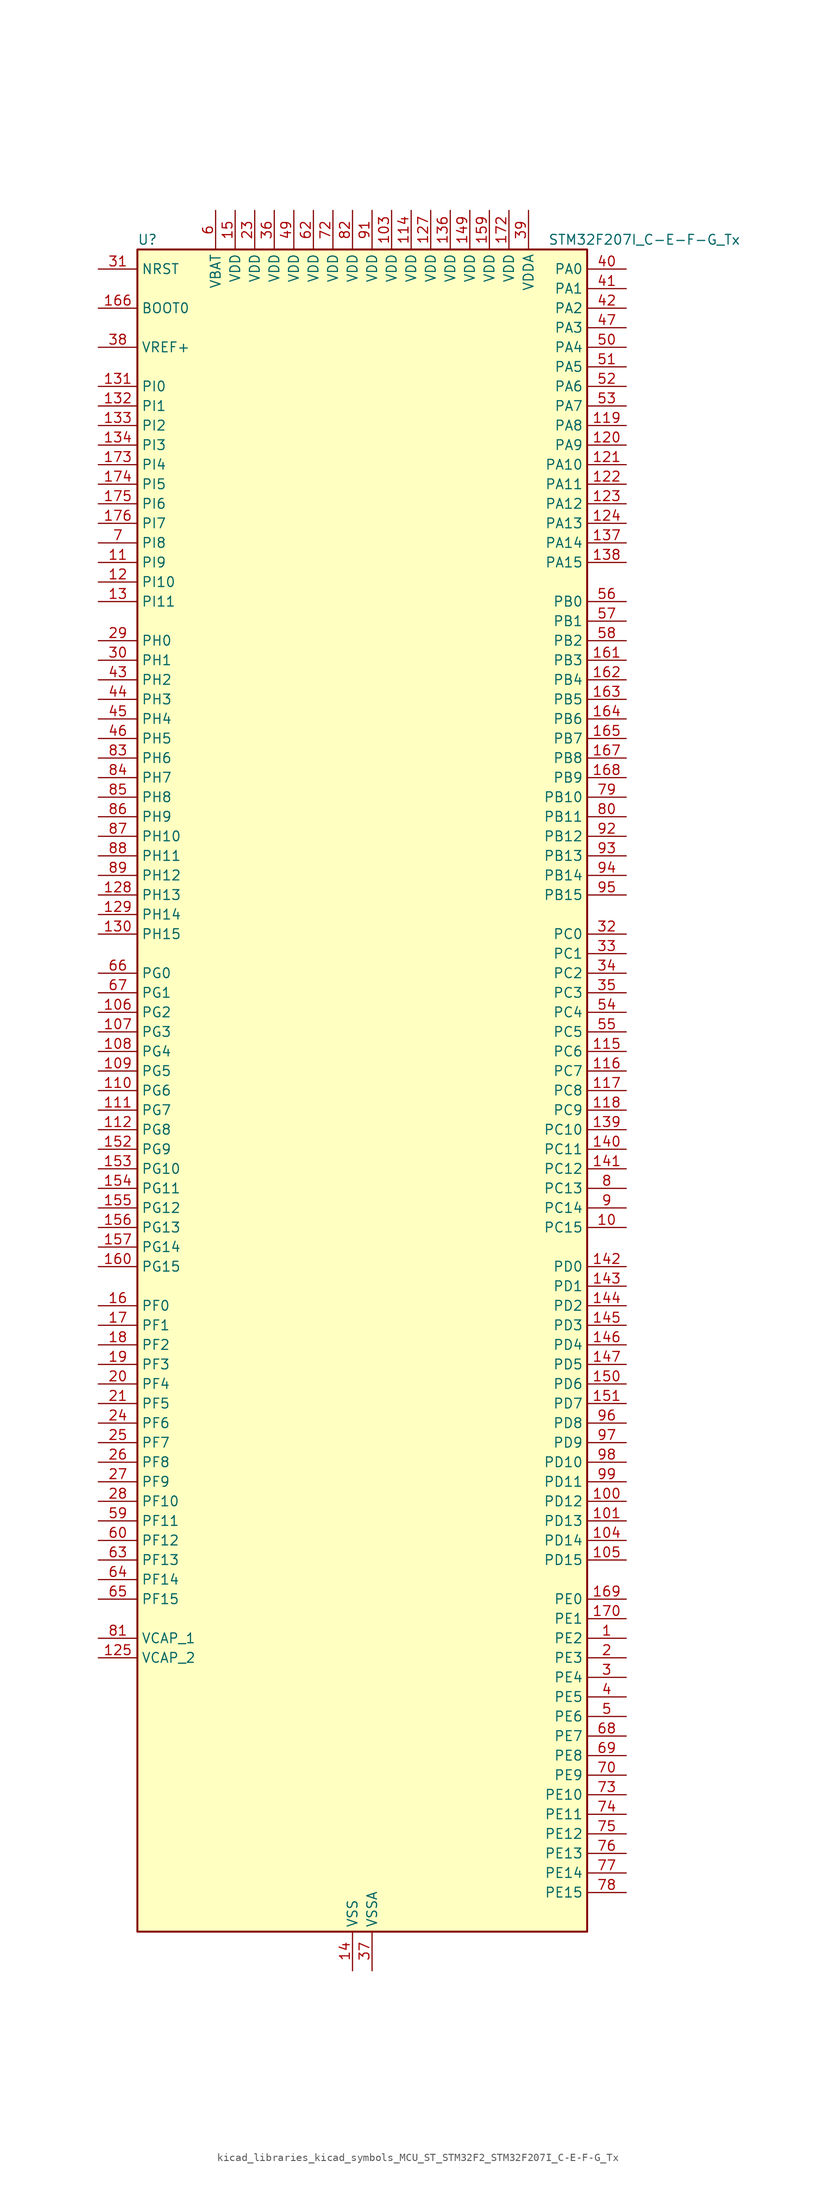
<source format=kicad_sym>
(kicad_symbol_lib
  (version 20220914)
  (generator kicad_symbol_editor)
  (symbol "kicad_libraries_kicad_symbols_MCU_ST_STM32F2_STM32F207I_C-E-F-G_Tx"
    (property "Reference" "U"
      (at -27.94 110.49 0)
      (effects (font (size 1.27 1.27)) (justify left)))
    (property "Value" "STM32F207I_C-E-F-G_Tx"
      (at 25.4 110.49 0)
      (effects (font (size 1.27 1.27)) (justify left)))
    (property "ki_locked" ""
      (at 0 0 0)
      (effects (font (size 1.27 1.27))))
    (symbol "kicad_libraries_kicad_symbols_MCU_ST_STM32F2_STM32F207I_C-E-F-G_Tx_0_1"
      (rectangle (start -27.94 -109.22) (end 30.48 109.22) (stroke (width 0.254) (type default)) (fill (type background))))
    (symbol "kicad_libraries_kicad_symbols_MCU_ST_STM32F2_STM32F207I_C-E-F-G_Tx_1_1"
      (pin bidirectional line (at 35.56 -71.12 180) (length 5.08) (name "PE2" (effects (font (size 1.27 1.27)))) (number "1" (effects (font (size 1.27 1.27)))) (alternate "ETH_TXD3" bidirectional line) (alternate "FSMC_A23" bidirectional line) (alternate "SYS_TRACECLK" bidirectional line))
      (pin bidirectional line (at 35.56 -17.78 180) (length 5.08) (name "PC15" (effects (font (size 1.27 1.27)))) (number "10" (effects (font (size 1.27 1.27)))) (alternate "ADC1_EXTI15" bidirectional line) (alternate "ADC2_EXTI15" bidirectional line) (alternate "ADC3_EXTI15" bidirectional line) (alternate "RCC_OSC32_OUT" bidirectional line))
      (pin bidirectional line (at 35.56 -53.34 180) (length 5.08) (name "PD12" (effects (font (size 1.27 1.27)))) (number "100" (effects (font (size 1.27 1.27)))) (alternate "FSMC_A17" bidirectional line) (alternate "FSMC_ALE" bidirectional line) (alternate "TIM4_CH1" bidirectional line) (alternate "USART3_RTS" bidirectional line))
      (pin bidirectional line (at 35.56 -55.88 180) (length 5.08) (name "PD13" (effects (font (size 1.27 1.27)))) (number "101" (effects (font (size 1.27 1.27)))) (alternate "FSMC_A18" bidirectional line) (alternate "TIM4_CH2" bidirectional line))
      (pin passive line (at 0 -114.3 90) (length 5.08) hide (name "VSS" (effects (font (size 1.27 1.27)))) (number "102" (effects (font (size 1.27 1.27)))))
      (pin power_in line (at 5.08 114.3 270) (length 5.08) (name "VDD" (effects (font (size 1.27 1.27)))) (number "103" (effects (font (size 1.27 1.27)))))
      (pin bidirectional line (at 35.56 -58.42 180) (length 5.08) (name "PD14" (effects (font (size 1.27 1.27)))) (number "104" (effects (font (size 1.27 1.27)))) (alternate "FSMC_D0" bidirectional line) (alternate "FSMC_DA0" bidirectional line) (alternate "TIM4_CH3" bidirectional line))
      (pin bidirectional line (at 35.56 -60.96 180) (length 5.08) (name "PD15" (effects (font (size 1.27 1.27)))) (number "105" (effects (font (size 1.27 1.27)))) (alternate "ADC1_EXTI15" bidirectional line) (alternate "ADC2_EXTI15" bidirectional line) (alternate "ADC3_EXTI15" bidirectional line) (alternate "FSMC_D1" bidirectional line) (alternate "FSMC_DA1" bidirectional line) (alternate "TIM4_CH4" bidirectional line))
      (pin bidirectional line (at -33.02 10.16 0) (length 5.08) (name "PG2" (effects (font (size 1.27 1.27)))) (number "106" (effects (font (size 1.27 1.27)))) (alternate "FSMC_A12" bidirectional line))
      (pin bidirectional line (at -33.02 7.62 0) (length 5.08) (name "PG3" (effects (font (size 1.27 1.27)))) (number "107" (effects (font (size 1.27 1.27)))) (alternate "FSMC_A13" bidirectional line))
      (pin bidirectional line (at -33.02 5.08 0) (length 5.08) (name "PG4" (effects (font (size 1.27 1.27)))) (number "108" (effects (font (size 1.27 1.27)))) (alternate "FSMC_A14" bidirectional line))
      (pin bidirectional line (at -33.02 2.54 0) (length 5.08) (name "PG5" (effects (font (size 1.27 1.27)))) (number "109" (effects (font (size 1.27 1.27)))) (alternate "FSMC_A15" bidirectional line))
      (pin bidirectional line (at -33.02 68.58 0) (length 5.08) (name "PI9" (effects (font (size 1.27 1.27)))) (number "11" (effects (font (size 1.27 1.27)))) (alternate "CAN1_RX" bidirectional line) (alternate "DAC_EXTI9" bidirectional line))
      (pin bidirectional line (at -33.02 0 0) (length 5.08) (name "PG6" (effects (font (size 1.27 1.27)))) (number "110" (effects (font (size 1.27 1.27)))) (alternate "FSMC_INT2" bidirectional line))
      (pin bidirectional line (at -33.02 -2.54 0) (length 5.08) (name "PG7" (effects (font (size 1.27 1.27)))) (number "111" (effects (font (size 1.27 1.27)))) (alternate "FSMC_INT3" bidirectional line) (alternate "USART6_CK" bidirectional line))
      (pin bidirectional line (at -33.02 -5.08 0) (length 5.08) (name "PG8" (effects (font (size 1.27 1.27)))) (number "112" (effects (font (size 1.27 1.27)))) (alternate "ETH_PPS_OUT" bidirectional line) (alternate "USART6_RTS" bidirectional line))
      (pin passive line (at 0 -114.3 90) (length 5.08) hide (name "VSS" (effects (font (size 1.27 1.27)))) (number "113" (effects (font (size 1.27 1.27)))))
      (pin power_in line (at 7.62 114.3 270) (length 5.08) (name "VDD" (effects (font (size 1.27 1.27)))) (number "114" (effects (font (size 1.27 1.27)))))
      (pin bidirectional line (at 35.56 5.08 180) (length 5.08) (name "PC6" (effects (font (size 1.27 1.27)))) (number "115" (effects (font (size 1.27 1.27)))) (alternate "DCMI_D0" bidirectional line) (alternate "I2S2_MCK" bidirectional line) (alternate "SDIO_D6" bidirectional line) (alternate "TIM3_CH1" bidirectional line) (alternate "TIM8_CH1" bidirectional line) (alternate "USART6_TX" bidirectional line))
      (pin bidirectional line (at 35.56 2.54 180) (length 5.08) (name "PC7" (effects (font (size 1.27 1.27)))) (number "116" (effects (font (size 1.27 1.27)))) (alternate "DCMI_D1" bidirectional line) (alternate "I2S3_MCK" bidirectional line) (alternate "SDIO_D7" bidirectional line) (alternate "TIM3_CH2" bidirectional line) (alternate "TIM8_CH2" bidirectional line) (alternate "USART6_RX" bidirectional line))
      (pin bidirectional line (at 35.56 0 180) (length 5.08) (name "PC8" (effects (font (size 1.27 1.27)))) (number "117" (effects (font (size 1.27 1.27)))) (alternate "DCMI_D2" bidirectional line) (alternate "SDIO_D0" bidirectional line) (alternate "TIM3_CH3" bidirectional line) (alternate "TIM8_CH3" bidirectional line) (alternate "USART6_CK" bidirectional line))
      (pin bidirectional line (at 35.56 -2.54 180) (length 5.08) (name "PC9" (effects (font (size 1.27 1.27)))) (number "118" (effects (font (size 1.27 1.27)))) (alternate "DAC_EXTI9" bidirectional line) (alternate "DCMI_D3" bidirectional line) (alternate "I2C3_SDA" bidirectional line) (alternate "I2S_CKIN" bidirectional line) (alternate "RCC_MCO_2" bidirectional line) (alternate "SDIO_D1" bidirectional line) (alternate "TIM3_CH4" bidirectional line) (alternate "TIM8_CH4" bidirectional line))
      (pin bidirectional line (at 35.56 86.36 180) (length 5.08) (name "PA8" (effects (font (size 1.27 1.27)))) (number "119" (effects (font (size 1.27 1.27)))) (alternate "I2C3_SCL" bidirectional line) (alternate "RCC_MCO_1" bidirectional line) (alternate "TIM1_CH1" bidirectional line) (alternate "USART1_CK" bidirectional line) (alternate "USB_OTG_FS_SOF" bidirectional line))
      (pin bidirectional line (at -33.02 66.04 0) (length 5.08) (name "PI10" (effects (font (size 1.27 1.27)))) (number "12" (effects (font (size 1.27 1.27)))) (alternate "ETH_RX_ER" bidirectional line))
      (pin bidirectional line (at 35.56 83.82 180) (length 5.08) (name "PA9" (effects (font (size 1.27 1.27)))) (number "120" (effects (font (size 1.27 1.27)))) (alternate "DAC_EXTI9" bidirectional line) (alternate "DCMI_D0" bidirectional line) (alternate "I2C3_SMBA" bidirectional line) (alternate "TIM1_CH2" bidirectional line) (alternate "USART1_TX" bidirectional line) (alternate "USB_OTG_FS_VBUS" bidirectional line))
      (pin bidirectional line (at 35.56 81.28 180) (length 5.08) (name "PA10" (effects (font (size 1.27 1.27)))) (number "121" (effects (font (size 1.27 1.27)))) (alternate "DCMI_D1" bidirectional line) (alternate "TIM1_CH3" bidirectional line) (alternate "USART1_RX" bidirectional line) (alternate "USB_OTG_FS_ID" bidirectional line))
      (pin bidirectional line (at 35.56 78.74 180) (length 5.08) (name "PA11" (effects (font (size 1.27 1.27)))) (number "122" (effects (font (size 1.27 1.27)))) (alternate "ADC1_EXTI11" bidirectional line) (alternate "ADC2_EXTI11" bidirectional line) (alternate "ADC3_EXTI11" bidirectional line) (alternate "CAN1_RX" bidirectional line) (alternate "TIM1_CH4" bidirectional line) (alternate "USART1_CTS" bidirectional line) (alternate "USB_OTG_FS_DM" bidirectional line))
      (pin bidirectional line (at 35.56 76.2 180) (length 5.08) (name "PA12" (effects (font (size 1.27 1.27)))) (number "123" (effects (font (size 1.27 1.27)))) (alternate "CAN1_TX" bidirectional line) (alternate "TIM1_ETR" bidirectional line) (alternate "USART1_RTS" bidirectional line) (alternate "USB_OTG_FS_DP" bidirectional line))
      (pin bidirectional line (at 35.56 73.66 180) (length 5.08) (name "PA13" (effects (font (size 1.27 1.27)))) (number "124" (effects (font (size 1.27 1.27)))) (alternate "SYS_JTMS-SWDIO" bidirectional line))
      (pin power_out line (at -33.02 -73.66 0) (length 5.08) (name "VCAP_2" (effects (font (size 1.27 1.27)))) (number "125" (effects (font (size 1.27 1.27)))))
      (pin passive line (at 0 -114.3 90) (length 5.08) hide (name "VSS" (effects (font (size 1.27 1.27)))) (number "126" (effects (font (size 1.27 1.27)))))
      (pin power_in line (at 10.16 114.3 270) (length 5.08) (name "VDD" (effects (font (size 1.27 1.27)))) (number "127" (effects (font (size 1.27 1.27)))))
      (pin bidirectional line (at -33.02 25.4 0) (length 5.08) (name "PH13" (effects (font (size 1.27 1.27)))) (number "128" (effects (font (size 1.27 1.27)))) (alternate "CAN1_TX" bidirectional line) (alternate "TIM8_CH1N" bidirectional line))
      (pin bidirectional line (at -33.02 22.86 0) (length 5.08) (name "PH14" (effects (font (size 1.27 1.27)))) (number "129" (effects (font (size 1.27 1.27)))) (alternate "DCMI_D4" bidirectional line) (alternate "TIM8_CH2N" bidirectional line))
      (pin bidirectional line (at -33.02 63.5 0) (length 5.08) (name "PI11" (effects (font (size 1.27 1.27)))) (number "13" (effects (font (size 1.27 1.27)))) (alternate "ADC1_EXTI11" bidirectional line) (alternate "ADC2_EXTI11" bidirectional line) (alternate "ADC3_EXTI11" bidirectional line) (alternate "USB_OTG_HS_ULPI_DIR" bidirectional line))
      (pin bidirectional line (at -33.02 20.32 0) (length 5.08) (name "PH15" (effects (font (size 1.27 1.27)))) (number "130" (effects (font (size 1.27 1.27)))) (alternate "ADC1_EXTI15" bidirectional line) (alternate "ADC2_EXTI15" bidirectional line) (alternate "ADC3_EXTI15" bidirectional line) (alternate "DCMI_D11" bidirectional line) (alternate "TIM8_CH3N" bidirectional line))
      (pin bidirectional line (at -33.02 91.44 0) (length 5.08) (name "PI0" (effects (font (size 1.27 1.27)))) (number "131" (effects (font (size 1.27 1.27)))) (alternate "DCMI_D13" bidirectional line) (alternate "I2S2_WS" bidirectional line) (alternate "SPI2_NSS" bidirectional line) (alternate "TIM5_CH4" bidirectional line))
      (pin bidirectional line (at -33.02 88.9 0) (length 5.08) (name "PI1" (effects (font (size 1.27 1.27)))) (number "132" (effects (font (size 1.27 1.27)))) (alternate "DCMI_D8" bidirectional line) (alternate "I2S2_SCK" bidirectional line) (alternate "SPI2_SCK" bidirectional line))
      (pin bidirectional line (at -33.02 86.36 0) (length 5.08) (name "PI2" (effects (font (size 1.27 1.27)))) (number "133" (effects (font (size 1.27 1.27)))) (alternate "DCMI_D9" bidirectional line) (alternate "SPI2_MISO" bidirectional line) (alternate "TIM8_CH4" bidirectional line))
      (pin bidirectional line (at -33.02 83.82 0) (length 5.08) (name "PI3" (effects (font (size 1.27 1.27)))) (number "134" (effects (font (size 1.27 1.27)))) (alternate "DCMI_D10" bidirectional line) (alternate "I2S2_SD" bidirectional line) (alternate "SPI2_MOSI" bidirectional line) (alternate "TIM8_ETR" bidirectional line))
      (pin passive line (at 0 -114.3 90) (length 5.08) hide (name "VSS" (effects (font (size 1.27 1.27)))) (number "135" (effects (font (size 1.27 1.27)))))
      (pin power_in line (at 12.7 114.3 270) (length 5.08) (name "VDD" (effects (font (size 1.27 1.27)))) (number "136" (effects (font (size 1.27 1.27)))))
      (pin bidirectional line (at 35.56 71.12 180) (length 5.08) (name "PA14" (effects (font (size 1.27 1.27)))) (number "137" (effects (font (size 1.27 1.27)))) (alternate "SYS_JTCK-SWCLK" bidirectional line))
      (pin bidirectional line (at 35.56 68.58 180) (length 5.08) (name "PA15" (effects (font (size 1.27 1.27)))) (number "138" (effects (font (size 1.27 1.27)))) (alternate "ADC1_EXTI15" bidirectional line) (alternate "ADC2_EXTI15" bidirectional line) (alternate "ADC3_EXTI15" bidirectional line) (alternate "I2S3_WS" bidirectional line) (alternate "SPI1_NSS" bidirectional line) (alternate "SPI3_NSS" bidirectional line) (alternate "SYS_JTDI" bidirectional line) (alternate "TIM2_CH1" bidirectional line) (alternate "TIM2_ETR" bidirectional line))
      (pin bidirectional line (at 35.56 -5.08 180) (length 5.08) (name "PC10" (effects (font (size 1.27 1.27)))) (number "139" (effects (font (size 1.27 1.27)))) (alternate "DCMI_D8" bidirectional line) (alternate "I2S3_SCK" bidirectional line) (alternate "SDIO_D2" bidirectional line) (alternate "SPI3_SCK" bidirectional line) (alternate "UART4_TX" bidirectional line) (alternate "USART3_TX" bidirectional line))
      (pin power_in line (at 0 -114.3 90) (length 5.08) (name "VSS" (effects (font (size 1.27 1.27)))) (number "14" (effects (font (size 1.27 1.27)))))
      (pin bidirectional line (at 35.56 -7.62 180) (length 5.08) (name "PC11" (effects (font (size 1.27 1.27)))) (number "140" (effects (font (size 1.27 1.27)))) (alternate "ADC1_EXTI11" bidirectional line) (alternate "ADC2_EXTI11" bidirectional line) (alternate "ADC3_EXTI11" bidirectional line) (alternate "DCMI_D4" bidirectional line) (alternate "SDIO_D3" bidirectional line) (alternate "SPI3_MISO" bidirectional line) (alternate "UART4_RX" bidirectional line) (alternate "USART3_RX" bidirectional line))
      (pin bidirectional line (at 35.56 -10.16 180) (length 5.08) (name "PC12" (effects (font (size 1.27 1.27)))) (number "141" (effects (font (size 1.27 1.27)))) (alternate "DCMI_D9" bidirectional line) (alternate "I2S3_SD" bidirectional line) (alternate "SDIO_CK" bidirectional line) (alternate "SPI3_MOSI" bidirectional line) (alternate "UART5_TX" bidirectional line) (alternate "USART3_CK" bidirectional line))
      (pin bidirectional line (at 35.56 -22.86 180) (length 5.08) (name "PD0" (effects (font (size 1.27 1.27)))) (number "142" (effects (font (size 1.27 1.27)))) (alternate "CAN1_RX" bidirectional line) (alternate "FSMC_D2" bidirectional line) (alternate "FSMC_DA2" bidirectional line))
      (pin bidirectional line (at 35.56 -25.4 180) (length 5.08) (name "PD1" (effects (font (size 1.27 1.27)))) (number "143" (effects (font (size 1.27 1.27)))) (alternate "CAN1_TX" bidirectional line) (alternate "FSMC_D3" bidirectional line) (alternate "FSMC_DA3" bidirectional line))
      (pin bidirectional line (at 35.56 -27.94 180) (length 5.08) (name "PD2" (effects (font (size 1.27 1.27)))) (number "144" (effects (font (size 1.27 1.27)))) (alternate "DCMI_D11" bidirectional line) (alternate "SDIO_CMD" bidirectional line) (alternate "TIM3_ETR" bidirectional line) (alternate "UART5_RX" bidirectional line))
      (pin bidirectional line (at 35.56 -30.48 180) (length 5.08) (name "PD3" (effects (font (size 1.27 1.27)))) (number "145" (effects (font (size 1.27 1.27)))) (alternate "FSMC_CLK" bidirectional line) (alternate "USART2_CTS" bidirectional line))
      (pin bidirectional line (at 35.56 -33.02 180) (length 5.08) (name "PD4" (effects (font (size 1.27 1.27)))) (number "146" (effects (font (size 1.27 1.27)))) (alternate "FSMC_NOE" bidirectional line) (alternate "USART2_RTS" bidirectional line))
      (pin bidirectional line (at 35.56 -35.56 180) (length 5.08) (name "PD5" (effects (font (size 1.27 1.27)))) (number "147" (effects (font (size 1.27 1.27)))) (alternate "FSMC_NWE" bidirectional line) (alternate "USART2_TX" bidirectional line))
      (pin passive line (at 0 -114.3 90) (length 5.08) hide (name "VSS" (effects (font (size 1.27 1.27)))) (number "148" (effects (font (size 1.27 1.27)))))
      (pin power_in line (at 15.24 114.3 270) (length 5.08) (name "VDD" (effects (font (size 1.27 1.27)))) (number "149" (effects (font (size 1.27 1.27)))))
      (pin power_in line (at -15.24 114.3 270) (length 5.08) (name "VDD" (effects (font (size 1.27 1.27)))) (number "15" (effects (font (size 1.27 1.27)))))
      (pin bidirectional line (at 35.56 -38.1 180) (length 5.08) (name "PD6" (effects (font (size 1.27 1.27)))) (number "150" (effects (font (size 1.27 1.27)))) (alternate "FSMC_NWAIT" bidirectional line) (alternate "USART2_RX" bidirectional line))
      (pin bidirectional line (at 35.56 -40.64 180) (length 5.08) (name "PD7" (effects (font (size 1.27 1.27)))) (number "151" (effects (font (size 1.27 1.27)))) (alternate "FSMC_NCE2" bidirectional line) (alternate "FSMC_NE1" bidirectional line) (alternate "USART2_CK" bidirectional line))
      (pin bidirectional line (at -33.02 -7.62 0) (length 5.08) (name "PG9" (effects (font (size 1.27 1.27)))) (number "152" (effects (font (size 1.27 1.27)))) (alternate "DAC_EXTI9" bidirectional line) (alternate "FSMC_NCE3" bidirectional line) (alternate "FSMC_NE2" bidirectional line) (alternate "USART6_RX" bidirectional line))
      (pin bidirectional line (at -33.02 -10.16 0) (length 5.08) (name "PG10" (effects (font (size 1.27 1.27)))) (number "153" (effects (font (size 1.27 1.27)))) (alternate "FSMC_NCE4_1" bidirectional line) (alternate "FSMC_NE3" bidirectional line))
      (pin bidirectional line (at -33.02 -12.7 0) (length 5.08) (name "PG11" (effects (font (size 1.27 1.27)))) (number "154" (effects (font (size 1.27 1.27)))) (alternate "ADC1_EXTI11" bidirectional line) (alternate "ADC2_EXTI11" bidirectional line) (alternate "ADC3_EXTI11" bidirectional line) (alternate "ETH_TX_EN" bidirectional line) (alternate "FSMC_NCE4_2" bidirectional line))
      (pin bidirectional line (at -33.02 -15.24 0) (length 5.08) (name "PG12" (effects (font (size 1.27 1.27)))) (number "155" (effects (font (size 1.27 1.27)))) (alternate "FSMC_NE4" bidirectional line) (alternate "USART6_RTS" bidirectional line))
      (pin bidirectional line (at -33.02 -17.78 0) (length 5.08) (name "PG13" (effects (font (size 1.27 1.27)))) (number "156" (effects (font (size 1.27 1.27)))) (alternate "ETH_TXD0" bidirectional line) (alternate "FSMC_A24" bidirectional line) (alternate "USART6_CTS" bidirectional line))
      (pin bidirectional line (at -33.02 -20.32 0) (length 5.08) (name "PG14" (effects (font (size 1.27 1.27)))) (number "157" (effects (font (size 1.27 1.27)))) (alternate "ETH_TXD1" bidirectional line) (alternate "FSMC_A25" bidirectional line) (alternate "USART6_TX" bidirectional line))
      (pin passive line (at 0 -114.3 90) (length 5.08) hide (name "VSS" (effects (font (size 1.27 1.27)))) (number "158" (effects (font (size 1.27 1.27)))))
      (pin power_in line (at 17.78 114.3 270) (length 5.08) (name "VDD" (effects (font (size 1.27 1.27)))) (number "159" (effects (font (size 1.27 1.27)))))
      (pin bidirectional line (at -33.02 -27.94 0) (length 5.08) (name "PF0" (effects (font (size 1.27 1.27)))) (number "16" (effects (font (size 1.27 1.27)))) (alternate "FSMC_A0" bidirectional line) (alternate "I2C2_SDA" bidirectional line))
      (pin bidirectional line (at -33.02 -22.86 0) (length 5.08) (name "PG15" (effects (font (size 1.27 1.27)))) (number "160" (effects (font (size 1.27 1.27)))) (alternate "ADC1_EXTI15" bidirectional line) (alternate "ADC2_EXTI15" bidirectional line) (alternate "ADC3_EXTI15" bidirectional line) (alternate "DCMI_D13" bidirectional line) (alternate "USART6_CTS" bidirectional line))
      (pin bidirectional line (at 35.56 55.88 180) (length 5.08) (name "PB3" (effects (font (size 1.27 1.27)))) (number "161" (effects (font (size 1.27 1.27)))) (alternate "I2S3_SCK" bidirectional line) (alternate "SPI1_SCK" bidirectional line) (alternate "SPI3_SCK" bidirectional line) (alternate "SYS_JTDO-SWO" bidirectional line) (alternate "TIM2_CH2" bidirectional line))
      (pin bidirectional line (at 35.56 53.34 180) (length 5.08) (name "PB4" (effects (font (size 1.27 1.27)))) (number "162" (effects (font (size 1.27 1.27)))) (alternate "SPI1_MISO" bidirectional line) (alternate "SPI3_MISO" bidirectional line) (alternate "SYS_JTRST" bidirectional line) (alternate "TIM3_CH1" bidirectional line))
      (pin bidirectional line (at 35.56 50.8 180) (length 5.08) (name "PB5" (effects (font (size 1.27 1.27)))) (number "163" (effects (font (size 1.27 1.27)))) (alternate "CAN2_RX" bidirectional line) (alternate "DCMI_D10" bidirectional line) (alternate "ETH_PPS_OUT" bidirectional line) (alternate "I2C1_SMBA" bidirectional line) (alternate "I2S3_SD" bidirectional line) (alternate "SPI1_MOSI" bidirectional line) (alternate "SPI3_MOSI" bidirectional line) (alternate "TIM3_CH2" bidirectional line) (alternate "USB_OTG_HS_ULPI_D7" bidirectional line))
      (pin bidirectional line (at 35.56 48.26 180) (length 5.08) (name "PB6" (effects (font (size 1.27 1.27)))) (number "164" (effects (font (size 1.27 1.27)))) (alternate "CAN2_TX" bidirectional line) (alternate "DCMI_D5" bidirectional line) (alternate "I2C1_SCL" bidirectional line) (alternate "TIM4_CH1" bidirectional line) (alternate "USART1_TX" bidirectional line))
      (pin bidirectional line (at 35.56 45.72 180) (length 5.08) (name "PB7" (effects (font (size 1.27 1.27)))) (number "165" (effects (font (size 1.27 1.27)))) (alternate "DCMI_VSYNC" bidirectional line) (alternate "FSMC_NL" bidirectional line) (alternate "I2C1_SDA" bidirectional line) (alternate "TIM4_CH2" bidirectional line) (alternate "USART1_RX" bidirectional line))
      (pin input line (at -33.02 101.6 0) (length 5.08) (name "BOOT0" (effects (font (size 1.27 1.27)))) (number "166" (effects (font (size 1.27 1.27)))))
      (pin bidirectional line (at 35.56 43.18 180) (length 5.08) (name "PB8" (effects (font (size 1.27 1.27)))) (number "167" (effects (font (size 1.27 1.27)))) (alternate "CAN1_RX" bidirectional line) (alternate "DCMI_D6" bidirectional line) (alternate "ETH_TXD3" bidirectional line) (alternate "I2C1_SCL" bidirectional line) (alternate "SDIO_D4" bidirectional line) (alternate "TIM10_CH1" bidirectional line) (alternate "TIM4_CH3" bidirectional line))
      (pin bidirectional line (at 35.56 40.64 180) (length 5.08) (name "PB9" (effects (font (size 1.27 1.27)))) (number "168" (effects (font (size 1.27 1.27)))) (alternate "CAN1_TX" bidirectional line) (alternate "DAC_EXTI9" bidirectional line) (alternate "DCMI_D7" bidirectional line) (alternate "I2C1_SDA" bidirectional line) (alternate "I2S2_WS" bidirectional line) (alternate "SDIO_D5" bidirectional line) (alternate "SPI2_NSS" bidirectional line) (alternate "TIM11_CH1" bidirectional line) (alternate "TIM4_CH4" bidirectional line))
      (pin bidirectional line (at 35.56 -66.04 180) (length 5.08) (name "PE0" (effects (font (size 1.27 1.27)))) (number "169" (effects (font (size 1.27 1.27)))) (alternate "DCMI_D2" bidirectional line) (alternate "FSMC_NBL0" bidirectional line) (alternate "TIM4_ETR" bidirectional line))
      (pin bidirectional line (at -33.02 -30.48 0) (length 5.08) (name "PF1" (effects (font (size 1.27 1.27)))) (number "17" (effects (font (size 1.27 1.27)))) (alternate "FSMC_A1" bidirectional line) (alternate "I2C2_SCL" bidirectional line))
      (pin bidirectional line (at 35.56 -68.58 180) (length 5.08) (name "PE1" (effects (font (size 1.27 1.27)))) (number "170" (effects (font (size 1.27 1.27)))) (alternate "DCMI_D3" bidirectional line) (alternate "FSMC_NBL1" bidirectional line))
      (pin no_connect line (at -27.94 -109.22 0) (length 5.08) hide (name "RFU" (effects (font (size 1.27 1.27)))) (number "171" (effects (font (size 1.27 1.27)))))
      (pin power_in line (at 20.32 114.3 270) (length 5.08) (name "VDD" (effects (font (size 1.27 1.27)))) (number "172" (effects (font (size 1.27 1.27)))))
      (pin bidirectional line (at -33.02 81.28 0) (length 5.08) (name "PI4" (effects (font (size 1.27 1.27)))) (number "173" (effects (font (size 1.27 1.27)))) (alternate "DCMI_D5" bidirectional line) (alternate "TIM8_BKIN" bidirectional line))
      (pin bidirectional line (at -33.02 78.74 0) (length 5.08) (name "PI5" (effects (font (size 1.27 1.27)))) (number "174" (effects (font (size 1.27 1.27)))) (alternate "DCMI_VSYNC" bidirectional line) (alternate "TIM8_CH1" bidirectional line))
      (pin bidirectional line (at -33.02 76.2 0) (length 5.08) (name "PI6" (effects (font (size 1.27 1.27)))) (number "175" (effects (font (size 1.27 1.27)))) (alternate "DCMI_D6" bidirectional line) (alternate "TIM8_CH2" bidirectional line))
      (pin bidirectional line (at -33.02 73.66 0) (length 5.08) (name "PI7" (effects (font (size 1.27 1.27)))) (number "176" (effects (font (size 1.27 1.27)))) (alternate "DCMI_D7" bidirectional line) (alternate "TIM8_CH3" bidirectional line))
      (pin bidirectional line (at -33.02 -33.02 0) (length 5.08) (name "PF2" (effects (font (size 1.27 1.27)))) (number "18" (effects (font (size 1.27 1.27)))) (alternate "FSMC_A2" bidirectional line) (alternate "I2C2_SMBA" bidirectional line))
      (pin bidirectional line (at -33.02 -35.56 0) (length 5.08) (name "PF3" (effects (font (size 1.27 1.27)))) (number "19" (effects (font (size 1.27 1.27)))) (alternate "ADC3_IN9" bidirectional line) (alternate "FSMC_A3" bidirectional line))
      (pin bidirectional line (at 35.56 -73.66 180) (length 5.08) (name "PE3" (effects (font (size 1.27 1.27)))) (number "2" (effects (font (size 1.27 1.27)))) (alternate "FSMC_A19" bidirectional line) (alternate "SYS_TRACED0" bidirectional line))
      (pin bidirectional line (at -33.02 -38.1 0) (length 5.08) (name "PF4" (effects (font (size 1.27 1.27)))) (number "20" (effects (font (size 1.27 1.27)))) (alternate "ADC3_IN14" bidirectional line) (alternate "FSMC_A4" bidirectional line))
      (pin bidirectional line (at -33.02 -40.64 0) (length 5.08) (name "PF5" (effects (font (size 1.27 1.27)))) (number "21" (effects (font (size 1.27 1.27)))) (alternate "ADC3_IN15" bidirectional line) (alternate "FSMC_A5" bidirectional line))
      (pin passive line (at 0 -114.3 90) (length 5.08) hide (name "VSS" (effects (font (size 1.27 1.27)))) (number "22" (effects (font (size 1.27 1.27)))))
      (pin power_in line (at -12.7 114.3 270) (length 5.08) (name "VDD" (effects (font (size 1.27 1.27)))) (number "23" (effects (font (size 1.27 1.27)))))
      (pin bidirectional line (at -33.02 -43.18 0) (length 5.08) (name "PF6" (effects (font (size 1.27 1.27)))) (number "24" (effects (font (size 1.27 1.27)))) (alternate "ADC3_IN4" bidirectional line) (alternate "FSMC_NIORD" bidirectional line) (alternate "TIM10_CH1" bidirectional line))
      (pin bidirectional line (at -33.02 -45.72 0) (length 5.08) (name "PF7" (effects (font (size 1.27 1.27)))) (number "25" (effects (font (size 1.27 1.27)))) (alternate "ADC3_IN5" bidirectional line) (alternate "FSMC_NREG" bidirectional line) (alternate "TIM11_CH1" bidirectional line))
      (pin bidirectional line (at -33.02 -48.26 0) (length 5.08) (name "PF8" (effects (font (size 1.27 1.27)))) (number "26" (effects (font (size 1.27 1.27)))) (alternate "ADC3_IN6" bidirectional line) (alternate "FSMC_NIOWR" bidirectional line) (alternate "TIM13_CH1" bidirectional line))
      (pin bidirectional line (at -33.02 -50.8 0) (length 5.08) (name "PF9" (effects (font (size 1.27 1.27)))) (number "27" (effects (font (size 1.27 1.27)))) (alternate "ADC3_IN7" bidirectional line) (alternate "DAC_EXTI9" bidirectional line) (alternate "FSMC_CD" bidirectional line) (alternate "TIM14_CH1" bidirectional line))
      (pin bidirectional line (at -33.02 -53.34 0) (length 5.08) (name "PF10" (effects (font (size 1.27 1.27)))) (number "28" (effects (font (size 1.27 1.27)))) (alternate "ADC3_IN8" bidirectional line) (alternate "FSMC_INTR" bidirectional line))
      (pin bidirectional line (at -33.02 58.42 0) (length 5.08) (name "PH0" (effects (font (size 1.27 1.27)))) (number "29" (effects (font (size 1.27 1.27)))) (alternate "RCC_OSC_IN" bidirectional line))
      (pin bidirectional line (at 35.56 -76.2 180) (length 5.08) (name "PE4" (effects (font (size 1.27 1.27)))) (number "3" (effects (font (size 1.27 1.27)))) (alternate "DCMI_D4" bidirectional line) (alternate "FSMC_A20" bidirectional line) (alternate "SYS_TRACED1" bidirectional line))
      (pin bidirectional line (at -33.02 55.88 0) (length 5.08) (name "PH1" (effects (font (size 1.27 1.27)))) (number "30" (effects (font (size 1.27 1.27)))) (alternate "RCC_OSC_OUT" bidirectional line))
      (pin input line (at -33.02 106.68 0) (length 5.08) (name "NRST" (effects (font (size 1.27 1.27)))) (number "31" (effects (font (size 1.27 1.27)))))
      (pin bidirectional line (at 35.56 20.32 180) (length 5.08) (name "PC0" (effects (font (size 1.27 1.27)))) (number "32" (effects (font (size 1.27 1.27)))) (alternate "ADC1_IN10" bidirectional line) (alternate "ADC2_IN10" bidirectional line) (alternate "ADC3_IN10" bidirectional line) (alternate "USB_OTG_HS_ULPI_STP" bidirectional line))
      (pin bidirectional line (at 35.56 17.78 180) (length 5.08) (name "PC1" (effects (font (size 1.27 1.27)))) (number "33" (effects (font (size 1.27 1.27)))) (alternate "ADC1_IN11" bidirectional line) (alternate "ADC2_IN11" bidirectional line) (alternate "ADC3_IN11" bidirectional line) (alternate "ETH_MDC" bidirectional line))
      (pin bidirectional line (at 35.56 15.24 180) (length 5.08) (name "PC2" (effects (font (size 1.27 1.27)))) (number "34" (effects (font (size 1.27 1.27)))) (alternate "ADC1_IN12" bidirectional line) (alternate "ADC2_IN12" bidirectional line) (alternate "ADC3_IN12" bidirectional line) (alternate "ETH_TXD2" bidirectional line) (alternate "SPI2_MISO" bidirectional line) (alternate "USB_OTG_HS_ULPI_DIR" bidirectional line))
      (pin bidirectional line (at 35.56 12.7 180) (length 5.08) (name "PC3" (effects (font (size 1.27 1.27)))) (number "35" (effects (font (size 1.27 1.27)))) (alternate "ADC1_IN13" bidirectional line) (alternate "ADC2_IN13" bidirectional line) (alternate "ADC3_IN13" bidirectional line) (alternate "ETH_TX_CLK" bidirectional line) (alternate "I2S2_SD" bidirectional line) (alternate "SPI2_MOSI" bidirectional line) (alternate "USB_OTG_HS_ULPI_NXT" bidirectional line))
      (pin power_in line (at -10.16 114.3 270) (length 5.08) (name "VDD" (effects (font (size 1.27 1.27)))) (number "36" (effects (font (size 1.27 1.27)))))
      (pin power_in line (at 2.54 -114.3 90) (length 5.08) (name "VSSA" (effects (font (size 1.27 1.27)))) (number "37" (effects (font (size 1.27 1.27)))))
      (pin input line (at -33.02 96.52 0) (length 5.08) (name "VREF+" (effects (font (size 1.27 1.27)))) (number "38" (effects (font (size 1.27 1.27)))))
      (pin power_in line (at 22.86 114.3 270) (length 5.08) (name "VDDA" (effects (font (size 1.27 1.27)))) (number "39" (effects (font (size 1.27 1.27)))))
      (pin bidirectional line (at 35.56 -78.74 180) (length 5.08) (name "PE5" (effects (font (size 1.27 1.27)))) (number "4" (effects (font (size 1.27 1.27)))) (alternate "DCMI_D6" bidirectional line) (alternate "FSMC_A21" bidirectional line) (alternate "SYS_TRACED2" bidirectional line) (alternate "TIM9_CH1" bidirectional line))
      (pin bidirectional line (at 35.56 106.68 180) (length 5.08) (name "PA0" (effects (font (size 1.27 1.27)))) (number "40" (effects (font (size 1.27 1.27)))) (alternate "ADC1_IN0" bidirectional line) (alternate "ADC2_IN0" bidirectional line) (alternate "ADC3_IN0" bidirectional line) (alternate "ETH_CRS" bidirectional line) (alternate "SYS_WKUP" bidirectional line) (alternate "TIM2_CH1" bidirectional line) (alternate "TIM2_ETR" bidirectional line) (alternate "TIM5_CH1" bidirectional line) (alternate "TIM8_ETR" bidirectional line) (alternate "UART4_TX" bidirectional line) (alternate "USART2_CTS" bidirectional line))
      (pin bidirectional line (at 35.56 104.14 180) (length 5.08) (name "PA1" (effects (font (size 1.27 1.27)))) (number "41" (effects (font (size 1.27 1.27)))) (alternate "ADC1_IN1" bidirectional line) (alternate "ADC2_IN1" bidirectional line) (alternate "ADC3_IN1" bidirectional line) (alternate "ETH_REF_CLK" bidirectional line) (alternate "ETH_RX_CLK" bidirectional line) (alternate "TIM2_CH2" bidirectional line) (alternate "TIM5_CH2" bidirectional line) (alternate "UART4_RX" bidirectional line) (alternate "USART2_RTS" bidirectional line))
      (pin bidirectional line (at 35.56 101.6 180) (length 5.08) (name "PA2" (effects (font (size 1.27 1.27)))) (number "42" (effects (font (size 1.27 1.27)))) (alternate "ADC1_IN2" bidirectional line) (alternate "ADC2_IN2" bidirectional line) (alternate "ADC3_IN2" bidirectional line) (alternate "ETH_MDIO" bidirectional line) (alternate "TIM2_CH3" bidirectional line) (alternate "TIM5_CH3" bidirectional line) (alternate "TIM9_CH1" bidirectional line) (alternate "USART2_TX" bidirectional line))
      (pin bidirectional line (at -33.02 53.34 0) (length 5.08) (name "PH2" (effects (font (size 1.27 1.27)))) (number "43" (effects (font (size 1.27 1.27)))) (alternate "ETH_CRS" bidirectional line))
      (pin bidirectional line (at -33.02 50.8 0) (length 5.08) (name "PH3" (effects (font (size 1.27 1.27)))) (number "44" (effects (font (size 1.27 1.27)))) (alternate "ETH_COL" bidirectional line))
      (pin bidirectional line (at -33.02 48.26 0) (length 5.08) (name "PH4" (effects (font (size 1.27 1.27)))) (number "45" (effects (font (size 1.27 1.27)))) (alternate "I2C2_SCL" bidirectional line) (alternate "USB_OTG_HS_ULPI_NXT" bidirectional line))
      (pin bidirectional line (at -33.02 45.72 0) (length 5.08) (name "PH5" (effects (font (size 1.27 1.27)))) (number "46" (effects (font (size 1.27 1.27)))) (alternate "I2C2_SDA" bidirectional line))
      (pin bidirectional line (at 35.56 99.06 180) (length 5.08) (name "PA3" (effects (font (size 1.27 1.27)))) (number "47" (effects (font (size 1.27 1.27)))) (alternate "ADC1_IN3" bidirectional line) (alternate "ADC2_IN3" bidirectional line) (alternate "ADC3_IN3" bidirectional line) (alternate "ETH_COL" bidirectional line) (alternate "TIM2_CH4" bidirectional line) (alternate "TIM5_CH4" bidirectional line) (alternate "TIM9_CH2" bidirectional line) (alternate "USART2_RX" bidirectional line) (alternate "USB_OTG_HS_ULPI_D0" bidirectional line))
      (pin passive line (at 0 -114.3 90) (length 5.08) hide (name "VSS" (effects (font (size 1.27 1.27)))) (number "48" (effects (font (size 1.27 1.27)))))
      (pin power_in line (at -7.62 114.3 270) (length 5.08) (name "VDD" (effects (font (size 1.27 1.27)))) (number "49" (effects (font (size 1.27 1.27)))))
      (pin bidirectional line (at 35.56 -81.28 180) (length 5.08) (name "PE6" (effects (font (size 1.27 1.27)))) (number "5" (effects (font (size 1.27 1.27)))) (alternate "DCMI_D7" bidirectional line) (alternate "FSMC_A22" bidirectional line) (alternate "SYS_TRACED3" bidirectional line) (alternate "TIM9_CH2" bidirectional line))
      (pin bidirectional line (at 35.56 96.52 180) (length 5.08) (name "PA4" (effects (font (size 1.27 1.27)))) (number "50" (effects (font (size 1.27 1.27)))) (alternate "ADC1_IN4" bidirectional line) (alternate "ADC2_IN4" bidirectional line) (alternate "DAC_OUT1" bidirectional line) (alternate "DCMI_HSYNC" bidirectional line) (alternate "I2S3_WS" bidirectional line) (alternate "SPI1_NSS" bidirectional line) (alternate "SPI3_NSS" bidirectional line) (alternate "USART2_CK" bidirectional line) (alternate "USB_OTG_HS_SOF" bidirectional line))
      (pin bidirectional line (at 35.56 93.98 180) (length 5.08) (name "PA5" (effects (font (size 1.27 1.27)))) (number "51" (effects (font (size 1.27 1.27)))) (alternate "ADC1_IN5" bidirectional line) (alternate "ADC2_IN5" bidirectional line) (alternate "DAC_OUT2" bidirectional line) (alternate "SPI1_SCK" bidirectional line) (alternate "TIM2_CH1" bidirectional line) (alternate "TIM2_ETR" bidirectional line) (alternate "TIM8_CH1N" bidirectional line) (alternate "USB_OTG_HS_ULPI_CK" bidirectional line))
      (pin bidirectional line (at 35.56 91.44 180) (length 5.08) (name "PA6" (effects (font (size 1.27 1.27)))) (number "52" (effects (font (size 1.27 1.27)))) (alternate "ADC1_IN6" bidirectional line) (alternate "ADC2_IN6" bidirectional line) (alternate "DCMI_PIXCLK" bidirectional line) (alternate "SPI1_MISO" bidirectional line) (alternate "TIM13_CH1" bidirectional line) (alternate "TIM1_BKIN" bidirectional line) (alternate "TIM3_CH1" bidirectional line) (alternate "TIM8_BKIN" bidirectional line))
      (pin bidirectional line (at 35.56 88.9 180) (length 5.08) (name "PA7" (effects (font (size 1.27 1.27)))) (number "53" (effects (font (size 1.27 1.27)))) (alternate "ADC1_IN7" bidirectional line) (alternate "ADC2_IN7" bidirectional line) (alternate "ETH_CRS_DV" bidirectional line) (alternate "ETH_RX_DV" bidirectional line) (alternate "SPI1_MOSI" bidirectional line) (alternate "TIM14_CH1" bidirectional line) (alternate "TIM1_CH1N" bidirectional line) (alternate "TIM3_CH2" bidirectional line) (alternate "TIM8_CH1N" bidirectional line))
      (pin bidirectional line (at 35.56 10.16 180) (length 5.08) (name "PC4" (effects (font (size 1.27 1.27)))) (number "54" (effects (font (size 1.27 1.27)))) (alternate "ADC1_IN14" bidirectional line) (alternate "ADC2_IN14" bidirectional line) (alternate "ETH_RXD0" bidirectional line))
      (pin bidirectional line (at 35.56 7.62 180) (length 5.08) (name "PC5" (effects (font (size 1.27 1.27)))) (number "55" (effects (font (size 1.27 1.27)))) (alternate "ADC1_IN15" bidirectional line) (alternate "ADC2_IN15" bidirectional line) (alternate "ETH_RXD1" bidirectional line))
      (pin bidirectional line (at 35.56 63.5 180) (length 5.08) (name "PB0" (effects (font (size 1.27 1.27)))) (number "56" (effects (font (size 1.27 1.27)))) (alternate "ADC1_IN8" bidirectional line) (alternate "ADC2_IN8" bidirectional line) (alternate "ETH_RXD2" bidirectional line) (alternate "TIM1_CH2N" bidirectional line) (alternate "TIM3_CH3" bidirectional line) (alternate "TIM8_CH2N" bidirectional line) (alternate "USB_OTG_HS_ULPI_D1" bidirectional line))
      (pin bidirectional line (at 35.56 60.96 180) (length 5.08) (name "PB1" (effects (font (size 1.27 1.27)))) (number "57" (effects (font (size 1.27 1.27)))) (alternate "ADC1_IN9" bidirectional line) (alternate "ADC2_IN9" bidirectional line) (alternate "ETH_RXD3" bidirectional line) (alternate "TIM1_CH3N" bidirectional line) (alternate "TIM3_CH4" bidirectional line) (alternate "TIM8_CH3N" bidirectional line) (alternate "USB_OTG_HS_ULPI_D2" bidirectional line))
      (pin bidirectional line (at 35.56 58.42 180) (length 5.08) (name "PB2" (effects (font (size 1.27 1.27)))) (number "58" (effects (font (size 1.27 1.27)))))
      (pin bidirectional line (at -33.02 -55.88 0) (length 5.08) (name "PF11" (effects (font (size 1.27 1.27)))) (number "59" (effects (font (size 1.27 1.27)))) (alternate "ADC1_EXTI11" bidirectional line) (alternate "ADC2_EXTI11" bidirectional line) (alternate "ADC3_EXTI11" bidirectional line) (alternate "DCMI_D12" bidirectional line))
      (pin power_in line (at -17.78 114.3 270) (length 5.08) (name "VBAT" (effects (font (size 1.27 1.27)))) (number "6" (effects (font (size 1.27 1.27)))))
      (pin bidirectional line (at -33.02 -58.42 0) (length 5.08) (name "PF12" (effects (font (size 1.27 1.27)))) (number "60" (effects (font (size 1.27 1.27)))) (alternate "FSMC_A6" bidirectional line))
      (pin passive line (at 0 -114.3 90) (length 5.08) hide (name "VSS" (effects (font (size 1.27 1.27)))) (number "61" (effects (font (size 1.27 1.27)))))
      (pin power_in line (at -5.08 114.3 270) (length 5.08) (name "VDD" (effects (font (size 1.27 1.27)))) (number "62" (effects (font (size 1.27 1.27)))))
      (pin bidirectional line (at -33.02 -60.96 0) (length 5.08) (name "PF13" (effects (font (size 1.27 1.27)))) (number "63" (effects (font (size 1.27 1.27)))) (alternate "FSMC_A7" bidirectional line))
      (pin bidirectional line (at -33.02 -63.5 0) (length 5.08) (name "PF14" (effects (font (size 1.27 1.27)))) (number "64" (effects (font (size 1.27 1.27)))) (alternate "FSMC_A8" bidirectional line))
      (pin bidirectional line (at -33.02 -66.04 0) (length 5.08) (name "PF15" (effects (font (size 1.27 1.27)))) (number "65" (effects (font (size 1.27 1.27)))) (alternate "ADC1_EXTI15" bidirectional line) (alternate "ADC2_EXTI15" bidirectional line) (alternate "ADC3_EXTI15" bidirectional line) (alternate "FSMC_A9" bidirectional line))
      (pin bidirectional line (at -33.02 15.24 0) (length 5.08) (name "PG0" (effects (font (size 1.27 1.27)))) (number "66" (effects (font (size 1.27 1.27)))) (alternate "FSMC_A10" bidirectional line))
      (pin bidirectional line (at -33.02 12.7 0) (length 5.08) (name "PG1" (effects (font (size 1.27 1.27)))) (number "67" (effects (font (size 1.27 1.27)))) (alternate "FSMC_A11" bidirectional line))
      (pin bidirectional line (at 35.56 -83.82 180) (length 5.08) (name "PE7" (effects (font (size 1.27 1.27)))) (number "68" (effects (font (size 1.27 1.27)))) (alternate "FSMC_D4" bidirectional line) (alternate "FSMC_DA4" bidirectional line) (alternate "TIM1_ETR" bidirectional line))
      (pin bidirectional line (at 35.56 -86.36 180) (length 5.08) (name "PE8" (effects (font (size 1.27 1.27)))) (number "69" (effects (font (size 1.27 1.27)))) (alternate "FSMC_D5" bidirectional line) (alternate "FSMC_DA5" bidirectional line) (alternate "TIM1_CH1N" bidirectional line))
      (pin bidirectional line (at -33.02 71.12 0) (length 5.08) (name "PI8" (effects (font (size 1.27 1.27)))) (number "7" (effects (font (size 1.27 1.27)))) (alternate "RTC_AF2" bidirectional line))
      (pin bidirectional line (at 35.56 -88.9 180) (length 5.08) (name "PE9" (effects (font (size 1.27 1.27)))) (number "70" (effects (font (size 1.27 1.27)))) (alternate "DAC_EXTI9" bidirectional line) (alternate "FSMC_D6" bidirectional line) (alternate "FSMC_DA6" bidirectional line) (alternate "TIM1_CH1" bidirectional line))
      (pin passive line (at 0 -114.3 90) (length 5.08) hide (name "VSS" (effects (font (size 1.27 1.27)))) (number "71" (effects (font (size 1.27 1.27)))))
      (pin power_in line (at -2.54 114.3 270) (length 5.08) (name "VDD" (effects (font (size 1.27 1.27)))) (number "72" (effects (font (size 1.27 1.27)))))
      (pin bidirectional line (at 35.56 -91.44 180) (length 5.08) (name "PE10" (effects (font (size 1.27 1.27)))) (number "73" (effects (font (size 1.27 1.27)))) (alternate "FSMC_D7" bidirectional line) (alternate "FSMC_DA7" bidirectional line) (alternate "TIM1_CH2N" bidirectional line))
      (pin bidirectional line (at 35.56 -93.98 180) (length 5.08) (name "PE11" (effects (font (size 1.27 1.27)))) (number "74" (effects (font (size 1.27 1.27)))) (alternate "ADC1_EXTI11" bidirectional line) (alternate "ADC2_EXTI11" bidirectional line) (alternate "ADC3_EXTI11" bidirectional line) (alternate "FSMC_D8" bidirectional line) (alternate "FSMC_DA8" bidirectional line) (alternate "TIM1_CH2" bidirectional line))
      (pin bidirectional line (at 35.56 -96.52 180) (length 5.08) (name "PE12" (effects (font (size 1.27 1.27)))) (number "75" (effects (font (size 1.27 1.27)))) (alternate "FSMC_D9" bidirectional line) (alternate "FSMC_DA9" bidirectional line) (alternate "TIM1_CH3N" bidirectional line))
      (pin bidirectional line (at 35.56 -99.06 180) (length 5.08) (name "PE13" (effects (font (size 1.27 1.27)))) (number "76" (effects (font (size 1.27 1.27)))) (alternate "FSMC_D10" bidirectional line) (alternate "FSMC_DA10" bidirectional line) (alternate "TIM1_CH3" bidirectional line))
      (pin bidirectional line (at 35.56 -101.6 180) (length 5.08) (name "PE14" (effects (font (size 1.27 1.27)))) (number "77" (effects (font (size 1.27 1.27)))) (alternate "FSMC_D11" bidirectional line) (alternate "FSMC_DA11" bidirectional line) (alternate "TIM1_CH4" bidirectional line))
      (pin bidirectional line (at 35.56 -104.14 180) (length 5.08) (name "PE15" (effects (font (size 1.27 1.27)))) (number "78" (effects (font (size 1.27 1.27)))) (alternate "ADC1_EXTI15" bidirectional line) (alternate "ADC2_EXTI15" bidirectional line) (alternate "ADC3_EXTI15" bidirectional line) (alternate "FSMC_D12" bidirectional line) (alternate "FSMC_DA12" bidirectional line) (alternate "TIM1_BKIN" bidirectional line))
      (pin bidirectional line (at 35.56 38.1 180) (length 5.08) (name "PB10" (effects (font (size 1.27 1.27)))) (number "79" (effects (font (size 1.27 1.27)))) (alternate "ETH_RX_ER" bidirectional line) (alternate "I2C2_SCL" bidirectional line) (alternate "I2S2_SCK" bidirectional line) (alternate "SPI2_SCK" bidirectional line) (alternate "TIM2_CH3" bidirectional line) (alternate "USART3_TX" bidirectional line) (alternate "USB_OTG_HS_ULPI_D3" bidirectional line))
      (pin bidirectional line (at 35.56 -12.7 180) (length 5.08) (name "PC13" (effects (font (size 1.27 1.27)))) (number "8" (effects (font (size 1.27 1.27)))) (alternate "RTC_AF1" bidirectional line))
      (pin bidirectional line (at 35.56 35.56 180) (length 5.08) (name "PB11" (effects (font (size 1.27 1.27)))) (number "80" (effects (font (size 1.27 1.27)))) (alternate "ADC1_EXTI11" bidirectional line) (alternate "ADC2_EXTI11" bidirectional line) (alternate "ADC3_EXTI11" bidirectional line) (alternate "ETH_TX_EN" bidirectional line) (alternate "I2C2_SDA" bidirectional line) (alternate "TIM2_CH4" bidirectional line) (alternate "USART3_RX" bidirectional line) (alternate "USB_OTG_HS_ULPI_D4" bidirectional line))
      (pin power_out line (at -33.02 -71.12 0) (length 5.08) (name "VCAP_1" (effects (font (size 1.27 1.27)))) (number "81" (effects (font (size 1.27 1.27)))))
      (pin power_in line (at 0 114.3 270) (length 5.08) (name "VDD" (effects (font (size 1.27 1.27)))) (number "82" (effects (font (size 1.27 1.27)))))
      (pin bidirectional line (at -33.02 43.18 0) (length 5.08) (name "PH6" (effects (font (size 1.27 1.27)))) (number "83" (effects (font (size 1.27 1.27)))) (alternate "ETH_RXD2" bidirectional line) (alternate "I2C2_SMBA" bidirectional line) (alternate "TIM12_CH1" bidirectional line))
      (pin bidirectional line (at -33.02 40.64 0) (length 5.08) (name "PH7" (effects (font (size 1.27 1.27)))) (number "84" (effects (font (size 1.27 1.27)))) (alternate "ETH_RXD3" bidirectional line) (alternate "I2C3_SCL" bidirectional line))
      (pin bidirectional line (at -33.02 38.1 0) (length 5.08) (name "PH8" (effects (font (size 1.27 1.27)))) (number "85" (effects (font (size 1.27 1.27)))) (alternate "DCMI_HSYNC" bidirectional line) (alternate "I2C3_SDA" bidirectional line))
      (pin bidirectional line (at -33.02 35.56 0) (length 5.08) (name "PH9" (effects (font (size 1.27 1.27)))) (number "86" (effects (font (size 1.27 1.27)))) (alternate "DAC_EXTI9" bidirectional line) (alternate "DCMI_D0" bidirectional line) (alternate "I2C3_SMBA" bidirectional line) (alternate "TIM12_CH2" bidirectional line))
      (pin bidirectional line (at -33.02 33.02 0) (length 5.08) (name "PH10" (effects (font (size 1.27 1.27)))) (number "87" (effects (font (size 1.27 1.27)))) (alternate "DCMI_D1" bidirectional line) (alternate "TIM5_CH1" bidirectional line))
      (pin bidirectional line (at -33.02 30.48 0) (length 5.08) (name "PH11" (effects (font (size 1.27 1.27)))) (number "88" (effects (font (size 1.27 1.27)))) (alternate "ADC1_EXTI11" bidirectional line) (alternate "ADC2_EXTI11" bidirectional line) (alternate "ADC3_EXTI11" bidirectional line) (alternate "DCMI_D2" bidirectional line) (alternate "TIM5_CH2" bidirectional line))
      (pin bidirectional line (at -33.02 27.94 0) (length 5.08) (name "PH12" (effects (font (size 1.27 1.27)))) (number "89" (effects (font (size 1.27 1.27)))) (alternate "DCMI_D3" bidirectional line) (alternate "TIM5_CH3" bidirectional line))
      (pin bidirectional line (at 35.56 -15.24 180) (length 5.08) (name "PC14" (effects (font (size 1.27 1.27)))) (number "9" (effects (font (size 1.27 1.27)))) (alternate "RCC_OSC32_IN" bidirectional line))
      (pin passive line (at 0 -114.3 90) (length 5.08) hide (name "VSS" (effects (font (size 1.27 1.27)))) (number "90" (effects (font (size 1.27 1.27)))))
      (pin power_in line (at 2.54 114.3 270) (length 5.08) (name "VDD" (effects (font (size 1.27 1.27)))) (number "91" (effects (font (size 1.27 1.27)))))
      (pin bidirectional line (at 35.56 33.02 180) (length 5.08) (name "PB12" (effects (font (size 1.27 1.27)))) (number "92" (effects (font (size 1.27 1.27)))) (alternate "CAN2_RX" bidirectional line) (alternate "ETH_TXD0" bidirectional line) (alternate "I2C2_SMBA" bidirectional line) (alternate "I2S2_WS" bidirectional line) (alternate "SPI2_NSS" bidirectional line) (alternate "TIM1_BKIN" bidirectional line) (alternate "USART3_CK" bidirectional line) (alternate "USB_OTG_HS_ID" bidirectional line) (alternate "USB_OTG_HS_ULPI_D5" bidirectional line))
      (pin bidirectional line (at 35.56 30.48 180) (length 5.08) (name "PB13" (effects (font (size 1.27 1.27)))) (number "93" (effects (font (size 1.27 1.27)))) (alternate "CAN2_TX" bidirectional line) (alternate "ETH_TXD1" bidirectional line) (alternate "I2S2_SCK" bidirectional line) (alternate "SPI2_SCK" bidirectional line) (alternate "TIM1_CH1N" bidirectional line) (alternate "USART3_CTS" bidirectional line) (alternate "USB_OTG_HS_ULPI_D6" bidirectional line) (alternate "USB_OTG_HS_VBUS" bidirectional line))
      (pin bidirectional line (at 35.56 27.94 180) (length 5.08) (name "PB14" (effects (font (size 1.27 1.27)))) (number "94" (effects (font (size 1.27 1.27)))) (alternate "SPI2_MISO" bidirectional line) (alternate "TIM12_CH1" bidirectional line) (alternate "TIM1_CH2N" bidirectional line) (alternate "TIM8_CH2N" bidirectional line) (alternate "USART3_RTS" bidirectional line) (alternate "USB_OTG_HS_DM" bidirectional line))
      (pin bidirectional line (at 35.56 25.4 180) (length 5.08) (name "PB15" (effects (font (size 1.27 1.27)))) (number "95" (effects (font (size 1.27 1.27)))) (alternate "ADC1_EXTI15" bidirectional line) (alternate "ADC2_EXTI15" bidirectional line) (alternate "ADC3_EXTI15" bidirectional line) (alternate "I2S2_SD" bidirectional line) (alternate "RTC_REFIN" bidirectional line) (alternate "SPI2_MOSI" bidirectional line) (alternate "TIM12_CH2" bidirectional line) (alternate "TIM1_CH3N" bidirectional line) (alternate "TIM8_CH3N" bidirectional line) (alternate "USB_OTG_HS_DP" bidirectional line))
      (pin bidirectional line (at 35.56 -43.18 180) (length 5.08) (name "PD8" (effects (font (size 1.27 1.27)))) (number "96" (effects (font (size 1.27 1.27)))) (alternate "FSMC_D13" bidirectional line) (alternate "FSMC_DA13" bidirectional line) (alternate "USART3_TX" bidirectional line))
      (pin bidirectional line (at 35.56 -45.72 180) (length 5.08) (name "PD9" (effects (font (size 1.27 1.27)))) (number "97" (effects (font (size 1.27 1.27)))) (alternate "DAC_EXTI9" bidirectional line) (alternate "FSMC_D14" bidirectional line) (alternate "FSMC_DA14" bidirectional line) (alternate "USART3_RX" bidirectional line))
      (pin bidirectional line (at 35.56 -48.26 180) (length 5.08) (name "PD10" (effects (font (size 1.27 1.27)))) (number "98" (effects (font (size 1.27 1.27)))) (alternate "FSMC_D15" bidirectional line) (alternate "FSMC_DA15" bidirectional line) (alternate "USART3_CK" bidirectional line))
      (pin bidirectional line (at 35.56 -50.8 180) (length 5.08) (name "PD11" (effects (font (size 1.27 1.27)))) (number "99" (effects (font (size 1.27 1.27)))) (alternate "ADC1_EXTI11" bidirectional line) (alternate "ADC2_EXTI11" bidirectional line) (alternate "ADC3_EXTI11" bidirectional line) (alternate "FSMC_A16" bidirectional line) (alternate "FSMC_CLE" bidirectional line) (alternate "USART3_CTS" bidirectional line)))))
</source>
